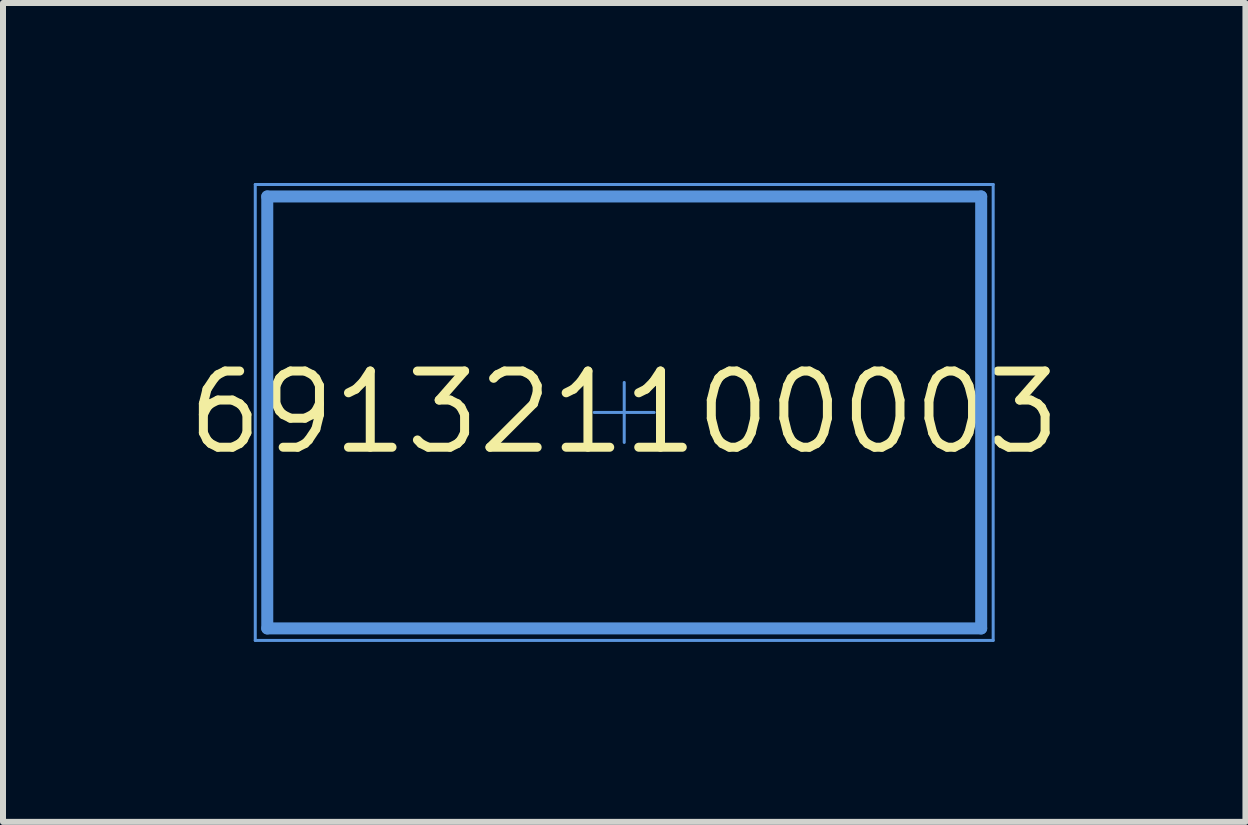
<source format=kicad_pcb>
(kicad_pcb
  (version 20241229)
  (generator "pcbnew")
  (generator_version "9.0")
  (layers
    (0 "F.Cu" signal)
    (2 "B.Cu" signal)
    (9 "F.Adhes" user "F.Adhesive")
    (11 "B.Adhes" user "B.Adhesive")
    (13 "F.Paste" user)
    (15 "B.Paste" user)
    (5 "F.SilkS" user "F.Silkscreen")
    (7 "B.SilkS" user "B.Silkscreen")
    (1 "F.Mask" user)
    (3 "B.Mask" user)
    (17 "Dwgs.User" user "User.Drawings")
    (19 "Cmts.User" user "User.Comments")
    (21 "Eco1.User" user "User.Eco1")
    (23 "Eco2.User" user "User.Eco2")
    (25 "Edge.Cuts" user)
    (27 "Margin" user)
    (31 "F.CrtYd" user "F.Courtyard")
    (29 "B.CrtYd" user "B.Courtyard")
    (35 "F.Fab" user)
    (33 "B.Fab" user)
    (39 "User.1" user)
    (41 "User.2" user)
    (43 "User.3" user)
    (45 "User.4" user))
  (footprint "691321100003"
    (layer "F.Cu")
    (at 7.355 3.825)
    (property "Reference" "691321100003" (at 0 0 0) (layer "F.SilkS") (effects (font (size 1.27 1.27) (thickness 0.15))))
    (attr through_hole)
    (fp_line (start -6.15 -3.8) (end 6.15 -3.8) (stroke (width 0.05) (type solid)) (layer "Cmts.User"))
    (fp_line (start -6.15 3.8) (end -6.15 -3.8) (stroke (width 0.05) (type solid)) (layer "Cmts.User"))
    (fp_line (start -6.15 3.8) (end 6.15 3.8) (stroke (width 0.05) (type solid)) (layer "Cmts.User"))
    (fp_line (start -5.95 -3.6) (end 5.95 -3.6) (stroke (width 0.1) (type solid)) (layer "Cmts.User"))
    (fp_line (start -5.95 -3.6) (end 5.95 -3.6) (stroke (width 0.2) (type solid)) (layer "Cmts.User"))
    (fp_line (start -5.95 3.6) (end -5.95 -3.6) (stroke (width 0.1) (type solid)) (layer "Cmts.User"))
    (fp_line (start -5.95 3.6) (end -5.95 -3.6) (stroke (width 0.2) (type solid)) (layer "Cmts.User"))
    (fp_line (start -5.95 3.6) (end 5.95 3.6) (stroke (width 0.1) (type solid)) (layer "Cmts.User"))
    (fp_line (start -5.95 3.6) (end 5.95 3.6) (stroke (width 0.2) (type solid)) (layer "Cmts.User"))
    (fp_line (start -0.5 0) (end 0.5 0) (stroke (width 0.05) (type solid)) (layer "Cmts.User"))
    (fp_line (start 0 0.5) (end 0 -0.5) (stroke (width 0.05) (type solid)) (layer "Cmts.User"))
    (fp_line (start 5.95 3.6) (end 5.95 -3.6) (stroke (width 0.1) (type solid)) (layer "Cmts.User"))
    (fp_line (start 5.95 3.6) (end 5.95 -3.6) (stroke (width 0.2) (type solid)) (layer "Cmts.User"))
    (fp_line (start 6.15 3.8) (end 6.15 -3.8) (stroke (width 0.05) (type solid)) (layer "Cmts.User")))
  (gr_rect
    (start -3 -3)
    (end 17.71 10.65)
    (stroke (width 0.1) (type default))
    (fill no)
    (layer "Edge.Cuts")))
</source>
